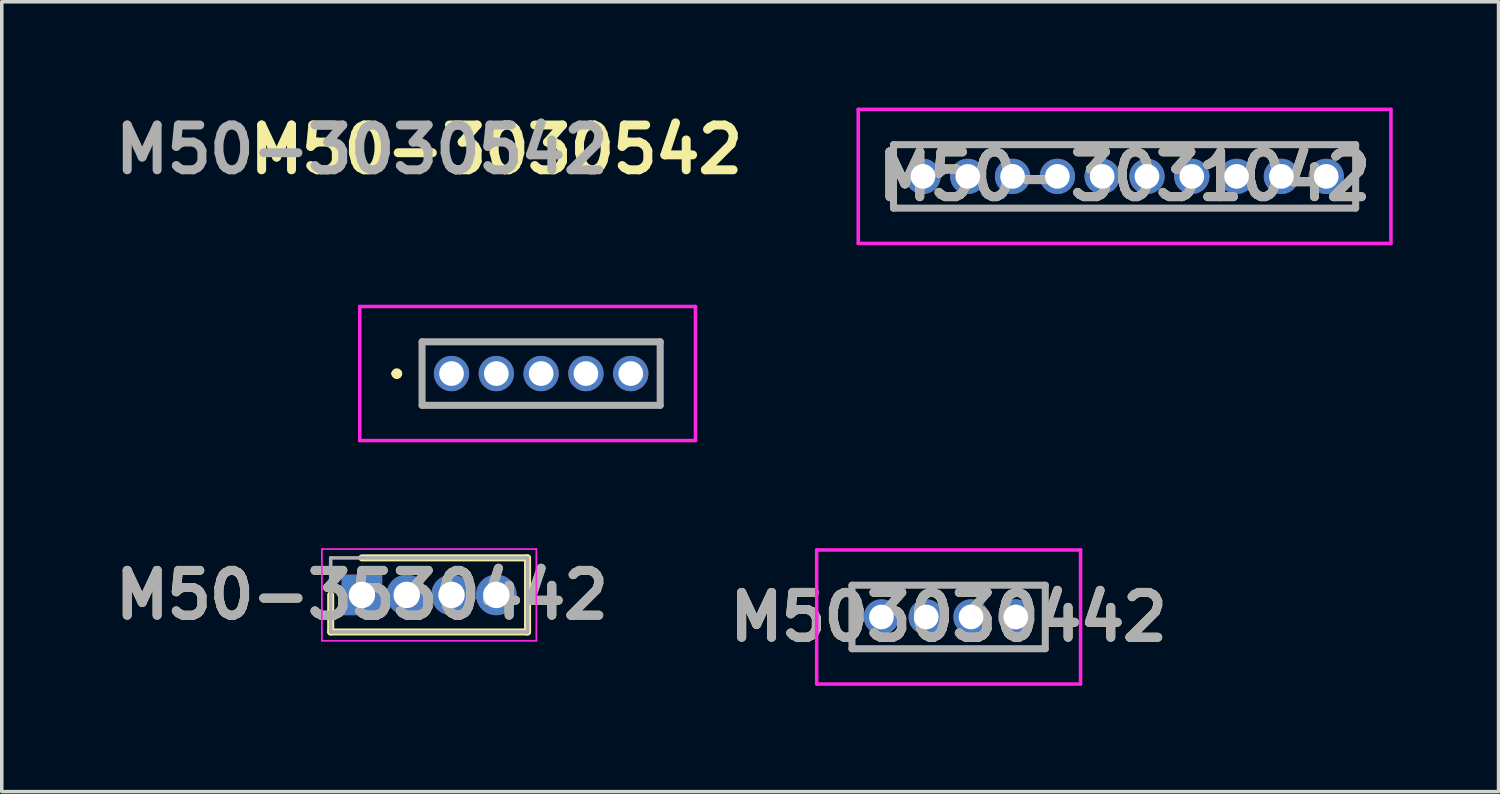
<source format=kicad_pcb>
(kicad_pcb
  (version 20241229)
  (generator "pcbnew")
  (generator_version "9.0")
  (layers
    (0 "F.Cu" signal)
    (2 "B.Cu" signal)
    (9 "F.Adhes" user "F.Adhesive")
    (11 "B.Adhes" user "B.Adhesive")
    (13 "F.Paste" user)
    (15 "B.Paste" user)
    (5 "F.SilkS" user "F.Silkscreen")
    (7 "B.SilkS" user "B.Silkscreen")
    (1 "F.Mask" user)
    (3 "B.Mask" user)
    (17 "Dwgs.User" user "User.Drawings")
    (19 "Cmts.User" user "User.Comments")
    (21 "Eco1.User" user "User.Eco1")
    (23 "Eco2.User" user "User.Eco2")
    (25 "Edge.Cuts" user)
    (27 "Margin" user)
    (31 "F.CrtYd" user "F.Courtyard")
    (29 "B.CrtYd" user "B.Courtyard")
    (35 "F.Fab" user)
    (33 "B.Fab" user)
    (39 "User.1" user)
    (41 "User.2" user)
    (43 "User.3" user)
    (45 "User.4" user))
  (footprint "M50-3030542"
    (layer "F.Cu")
    (at 9.749 7.539)
    (property "Reference" "M50-3030542" (at 1.27 -6.35 0) (layer "F.SilkS") (effects (font (size 1.27 1.27) (thickness 0.254))))
    (attr through_hole)
    (fp_line (start -1.6 0) (end -1.6 0) (stroke (width 0.2) (type solid)) (layer "F.SilkS"))
    (fp_line (start -1.6 0) (end -1.6 0) (stroke (width 0.2) (type solid)) (layer "F.SilkS"))
    (fp_line (start -1.5 0) (end -1.5 0) (stroke (width 0.2) (type solid)) (layer "F.SilkS"))
    (fp_line (start -0.835 -0.9) (end 5.915 -0.9) (stroke (width 0.1) (type solid)) (layer "F.SilkS"))
    (fp_line (start -0.835 0.9) (end -0.835 -0.9) (stroke (width 0.1) (type solid)) (layer "F.SilkS"))
    (fp_line (start 5.915 -0.9) (end 5.915 0.9) (stroke (width 0.1) (type solid)) (layer "F.SilkS"))
    (fp_line (start 5.915 0.9) (end -0.835 0.9) (stroke (width 0.1) (type solid)) (layer "F.SilkS"))
    (fp_arc (start -1.6 0) (mid -1.55 -0.05) (end -1.5 0) (stroke (width 0.2) (type solid)) (layer "F.SilkS"))
    (fp_arc (start -1.5 0) (mid -1.55 0.05) (end -1.6 0) (stroke (width 0.2) (type solid)) (layer "F.SilkS"))
    (fp_arc (start -1.5 0) (mid -1.55 0.05) (end -1.6 0) (stroke (width 0.2) (type solid)) (layer "F.SilkS"))
    (fp_line (start -2.6 -1.9) (end 6.915 -1.9) (stroke (width 0.1) (type solid)) (layer "F.CrtYd"))
    (fp_line (start -2.6 1.9) (end -2.6 -1.9) (stroke (width 0.1) (type solid)) (layer "F.CrtYd"))
    (fp_line (start 6.915 -1.9) (end 6.915 1.9) (stroke (width 0.1) (type solid)) (layer "F.CrtYd"))
    (fp_line (start 6.915 1.9) (end -2.6 1.9) (stroke (width 0.1) (type solid)) (layer "F.CrtYd"))
    (fp_line (start -0.835 -0.9) (end -0.835 0.9) (stroke (width 0.2) (type solid)) (layer "F.Fab"))
    (fp_line (start -0.835 0.9) (end 5.915 0.9) (stroke (width 0.2) (type solid)) (layer "F.Fab"))
    (fp_line (start 5.915 -0.9) (end -0.835 -0.9) (stroke (width 0.2) (type solid)) (layer "F.Fab"))
    (fp_line (start 5.915 0.9) (end 5.915 -0.9) (stroke (width 0.2) (type solid)) (layer "F.Fab"))
    (fp_text user "${REFERENCE}" (at -2.54 -6.35 0) (layer "F.Fab") (effects (font (size 1.27 1.27) (thickness 0.254))))
    (pad "1" thru_hole circle (at 0 0) (size 1 1) (drill 0.7) (layers "*.Cu" "*.Mask"))
    (pad "2" thru_hole circle (at 1.27 0) (size 1 1) (drill 0.7) (layers "*.Cu" "*.Mask"))
    (pad "3" thru_hole circle (at 2.54 0) (size 1 1) (drill 0.7) (layers "*.Cu" "*.Mask"))
    (pad "4" thru_hole circle (at 3.81 0) (size 1 1) (drill 0.7) (layers "*.Cu" "*.Mask"))
    (pad "5" thru_hole circle (at 5.08 0) (size 1 1) (drill 0.7) (layers "*.Cu" "*.Mask")))
  (footprint "M50-3031042"
    (layer "F.Cu")
    (at 23.113 1.95)
    (property "Reference" "M50-3031042" (at 5.715 0 0) (layer "F.SilkS") (effects (font (size 1.27 1.27) (thickness 0.254))))
    (attr through_hole)
    (fp_line (start -0.835 -0.9) (end 12.265 -0.9) (stroke (width 0.1) (type solid)) (layer "F.SilkS"))
    (fp_line (start -0.835 0.9) (end -0.835 -0.9) (stroke (width 0.1) (type solid)) (layer "F.SilkS"))
    (fp_line (start 12.265 -0.9) (end 12.265 0.9) (stroke (width 0.1) (type solid)) (layer "F.SilkS"))
    (fp_line (start 12.265 0.9) (end -0.835 0.9) (stroke (width 0.1) (type solid)) (layer "F.SilkS"))
    (fp_line (start -1.835 -1.9) (end 13.265 -1.9) (stroke (width 0.1) (type solid)) (layer "F.CrtYd"))
    (fp_line (start -1.835 1.9) (end -1.835 -1.9) (stroke (width 0.1) (type solid)) (layer "F.CrtYd"))
    (fp_line (start 13.265 -1.9) (end 13.265 1.9) (stroke (width 0.1) (type solid)) (layer "F.CrtYd"))
    (fp_line (start 13.265 1.9) (end -1.835 1.9) (stroke (width 0.1) (type solid)) (layer "F.CrtYd"))
    (fp_line (start -0.835 -0.9) (end 12.265 -0.9) (stroke (width 0.2) (type solid)) (layer "F.Fab"))
    (fp_line (start -0.835 0.9) (end -0.835 -0.9) (stroke (width 0.2) (type solid)) (layer "F.Fab"))
    (fp_line (start 12.265 -0.9) (end 12.265 0.9) (stroke (width 0.2) (type solid)) (layer "F.Fab"))
    (fp_line (start 12.265 0.9) (end -0.835 0.9) (stroke (width 0.2) (type solid)) (layer "F.Fab"))
    (fp_text user "${REFERENCE}" (at 5.715 0 0) (layer "F.Fab") (effects (font (size 1.27 1.27) (thickness 0.254))))
    (pad "1" thru_hole circle (at 0 0) (size 1 1) (drill 0.7) (layers "*.Cu" "*.Mask"))
    (pad "2" thru_hole circle (at 1.27 0) (size 1 1) (drill 0.7) (layers "*.Cu" "*.Mask"))
    (pad "3" thru_hole circle (at 2.54 0) (size 1 1) (drill 0.7) (layers "*.Cu" "*.Mask"))
    (pad "4" thru_hole circle (at 3.81 0) (size 1 1) (drill 0.7) (layers "*.Cu" "*.Mask"))
    (pad "5" thru_hole circle (at 5.08 0) (size 1 1) (drill 0.7) (layers "*.Cu" "*.Mask"))
    (pad "6" thru_hole circle (at 6.35 0) (size 1 1) (drill 0.7) (layers "*.Cu" "*.Mask"))
    (pad "7" thru_hole circle (at 7.62 0) (size 1 1) (drill 0.7) (layers "*.Cu" "*.Mask"))
    (pad "8" thru_hole circle (at 8.89 0) (size 1 1) (drill 0.7) (layers "*.Cu" "*.Mask"))
    (pad "9" thru_hole circle (at 10.16 0) (size 1 1) (drill 0.7) (layers "*.Cu" "*.Mask"))
    (pad "10" thru_hole circle (at 11.43 0) (size 1 1) (drill 0.7) (layers "*.Cu" "*.Mask")))
  (footprint "M503030442"
    (layer "F.Cu")
    (at 21.935 14.439)
    (property "Reference" "M503030442" (at 1.905 0 0) (layer "F.SilkS") (effects (font (size 1.27 1.27) (thickness 0.254))))
    (attr through_hole)
    (fp_line (start -0.835 -0.9) (end 4.645 -0.9) (stroke (width 0.1) (type solid)) (layer "F.SilkS"))
    (fp_line (start -0.835 0.9) (end -0.835 -0.9) (stroke (width 0.1) (type solid)) (layer "F.SilkS"))
    (fp_line (start 4.645 -0.9) (end 4.645 0.9) (stroke (width 0.1) (type solid)) (layer "F.SilkS"))
    (fp_line (start 4.645 0.9) (end -0.835 0.9) (stroke (width 0.1) (type solid)) (layer "F.SilkS"))
    (fp_line (start -1.835 -1.9) (end 5.645 -1.9) (stroke (width 0.1) (type solid)) (layer "F.CrtYd"))
    (fp_line (start -1.835 1.9) (end -1.835 -1.9) (stroke (width 0.1) (type solid)) (layer "F.CrtYd"))
    (fp_line (start 5.645 -1.9) (end 5.645 1.9) (stroke (width 0.1) (type solid)) (layer "F.CrtYd"))
    (fp_line (start 5.645 1.9) (end -1.835 1.9) (stroke (width 0.1) (type solid)) (layer "F.CrtYd"))
    (fp_line (start -0.835 -0.9) (end 4.645 -0.9) (stroke (width 0.2) (type solid)) (layer "F.Fab"))
    (fp_line (start -0.835 0.9) (end -0.835 -0.9) (stroke (width 0.2) (type solid)) (layer "F.Fab"))
    (fp_line (start 4.645 -0.9) (end 4.645 0.9) (stroke (width 0.2) (type solid)) (layer "F.Fab"))
    (fp_line (start 4.645 0.9) (end -0.835 0.9) (stroke (width 0.2) (type solid)) (layer "F.Fab"))
    (fp_text user "${REFERENCE}" (at 1.905 0 0) (layer "F.Fab") (effects (font (size 1.27 1.27) (thickness 0.254))))
    (pad "1" thru_hole circle (at 0 0) (size 1 1) (drill 0.7) (layers "*.Cu" "*.Mask"))
    (pad "2" thru_hole circle (at 1.27 0) (size 1 1) (drill 0.7) (layers "*.Cu" "*.Mask"))
    (pad "3" thru_hole circle (at 2.54 0) (size 1 1) (drill 0.7) (layers "*.Cu" "*.Mask"))
    (pad "4" thru_hole circle (at 3.81 0) (size 1 1) (drill 0.7) (layers "*.Cu" "*.Mask")))
  (footprint "M50-3530442"
    (layer "F.Cu")
    (at 7.209 13.814)
    (property "Reference" "M50-3530442" (at 0 0 0) (layer "F.SilkS") (effects (font (size 1.27 1.27) (thickness 0.254))))
    (attr through_hole)
    (fp_line (start -0.885 0) (end -0.885 1.05) (stroke (width 0.2) (type solid)) (layer "F.SilkS"))
    (fp_line (start -0.885 1.05) (end 4.695 1.05) (stroke (width 0.2) (type solid)) (layer "F.SilkS"))
    (fp_line (start 4.695 -1.05) (end 0 -1.05) (stroke (width 0.2) (type solid)) (layer "F.SilkS"))
    (fp_line (start 4.695 1.05) (end 4.695 -1.05) (stroke (width 0.2) (type solid)) (layer "F.SilkS"))
    (fp_line (start -1.135 -1.3) (end 4.945 -1.3) (stroke (width 0.05) (type solid)) (layer "F.CrtYd"))
    (fp_line (start -1.135 1.3) (end -1.135 -1.3) (stroke (width 0.05) (type solid)) (layer "F.CrtYd"))
    (fp_line (start 4.945 -1.3) (end 4.945 1.3) (stroke (width 0.05) (type solid)) (layer "F.CrtYd"))
    (fp_line (start 4.945 1.3) (end -1.135 1.3) (stroke (width 0.05) (type solid)) (layer "F.CrtYd"))
    (fp_line (start -0.885 -1.05) (end 4.695 -1.05) (stroke (width 0.1) (type solid)) (layer "F.Fab"))
    (fp_line (start -0.885 1.05) (end -0.885 -1.05) (stroke (width 0.1) (type solid)) (layer "F.Fab"))
    (fp_line (start 4.695 -1.05) (end 4.695 1.05) (stroke (width 0.1) (type solid)) (layer "F.Fab"))
    (fp_line (start 4.695 1.05) (end -0.885 1.05) (stroke (width 0.1) (type solid)) (layer "F.Fab"))
    (fp_text user "${REFERENCE}" (at 0 0 0) (layer "F.Fab") (effects (font (size 1.27 1.27) (thickness 0.254))))
    (pad "1" thru_hole rect (at 0 0) (size 1.15 1.15) (drill 0.75) (layers "*.Cu" "*.Mask"))
    (pad "2" thru_hole circle (at 1.27 0) (size 1.15 1.15) (drill 0.75) (layers "*.Cu" "*.Mask"))
    (pad "3" thru_hole circle (at 2.54 0) (size 1.15 1.15) (drill 0.75) (layers "*.Cu" "*.Mask"))
    (pad "4" thru_hole circle (at 3.81 0) (size 1.15 1.15) (drill 0.75) (layers "*.Cu" "*.Mask")))
  (gr_rect
    (start -3 -3)
    (end 39.428 19.389)
    (stroke (width 0.1) (type default))
    (fill no)
    (layer "Edge.Cuts")))
</source>
